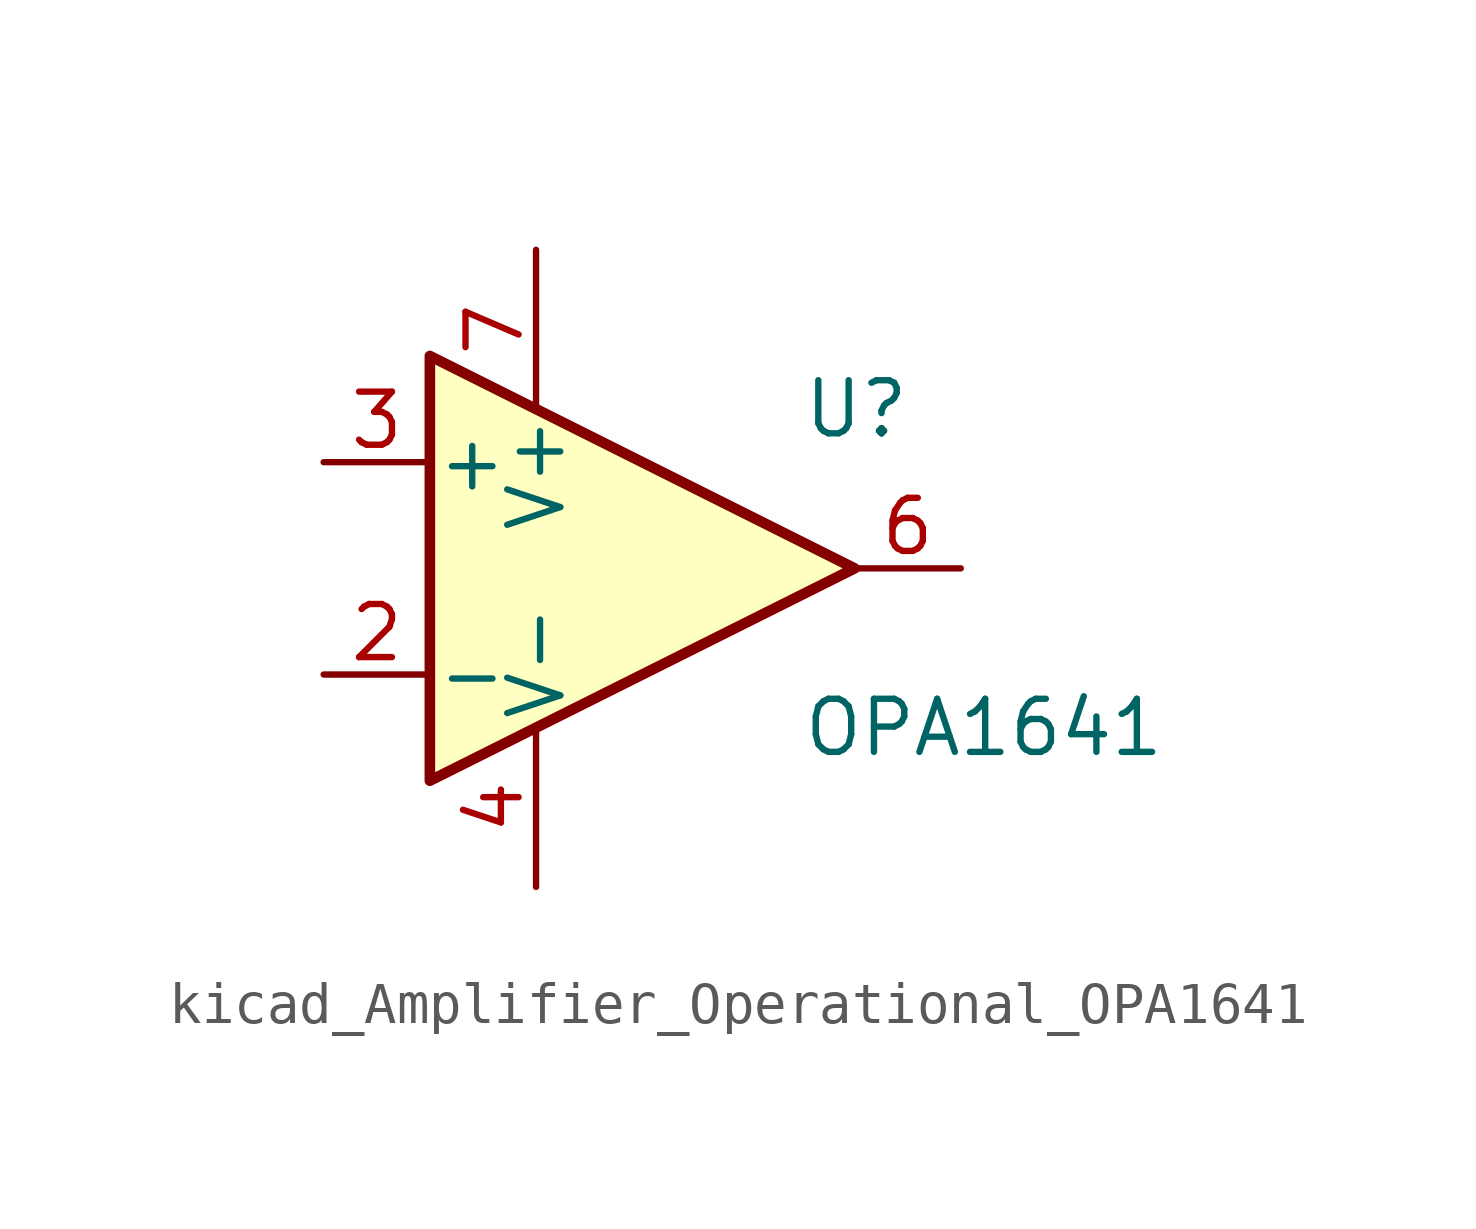
<source format=kicad_sym>
(kicad_symbol_lib
  (version 20220914)
  (generator kicad_symbol_editor)
  (symbol "kicad_Amplifier_Operational_OPA1641"
    (pin_names
      (offset 0.127))
    (property "Reference" "U"
      (at 3.81 3.81 0)
      (effects (font (size 1.27 1.27)) (justify left)))
    (property "Value" "OPA1641"
      (at 3.81 -3.81 0)
      (effects (font (size 1.27 1.27)) (justify left)))
    (symbol "kicad_Amplifier_Operational_OPA1641_0_1"
      (polyline (pts (xy 5.08 0) (xy -5.08 5.08) (xy -5.08 -5.08) (xy 5.08 0)) (stroke (width 0.254) (type default)) (fill (type background))))
    (symbol "kicad_Amplifier_Operational_OPA1641_1_1"
      (pin no_connect line (at -2.54 -2.54 90) (length 2.54) hide (name "NC" (effects (font (size 1.27 1.27)))) (number "1" (effects (font (size 1.27 1.27)))))
      (pin input line (at -7.62 -2.54 0) (length 2.54) (name "-" (effects (font (size 1.27 1.27)))) (number "2" (effects (font (size 1.27 1.27)))))
      (pin input line (at -7.62 2.54 0) (length 2.54) (name "+" (effects (font (size 1.27 1.27)))) (number "3" (effects (font (size 1.27 1.27)))))
      (pin power_in line (at -2.54 -7.62 90) (length 3.81) (name "V-" (effects (font (size 1.27 1.27)))) (number "4" (effects (font (size 1.27 1.27)))))
      (pin no_connect line (at 0 -2.54 90) (length 2.54) hide (name "NC" (effects (font (size 1.27 1.27)))) (number "5" (effects (font (size 1.27 1.27)))))
      (pin output line (at 7.62 0 180) (length 2.54) (name "~" (effects (font (size 1.27 1.27)))) (number "6" (effects (font (size 1.27 1.27)))))
      (pin power_in line (at -2.54 7.62 270) (length 3.81) (name "V+" (effects (font (size 1.27 1.27)))) (number "7" (effects (font (size 1.27 1.27)))))
      (pin no_connect line (at -5.08 -2.54 90) (length 2.54) hide (name "NC" (effects (font (size 1.27 1.27)))) (number "8" (effects (font (size 1.27 1.27))))))))
</source>
